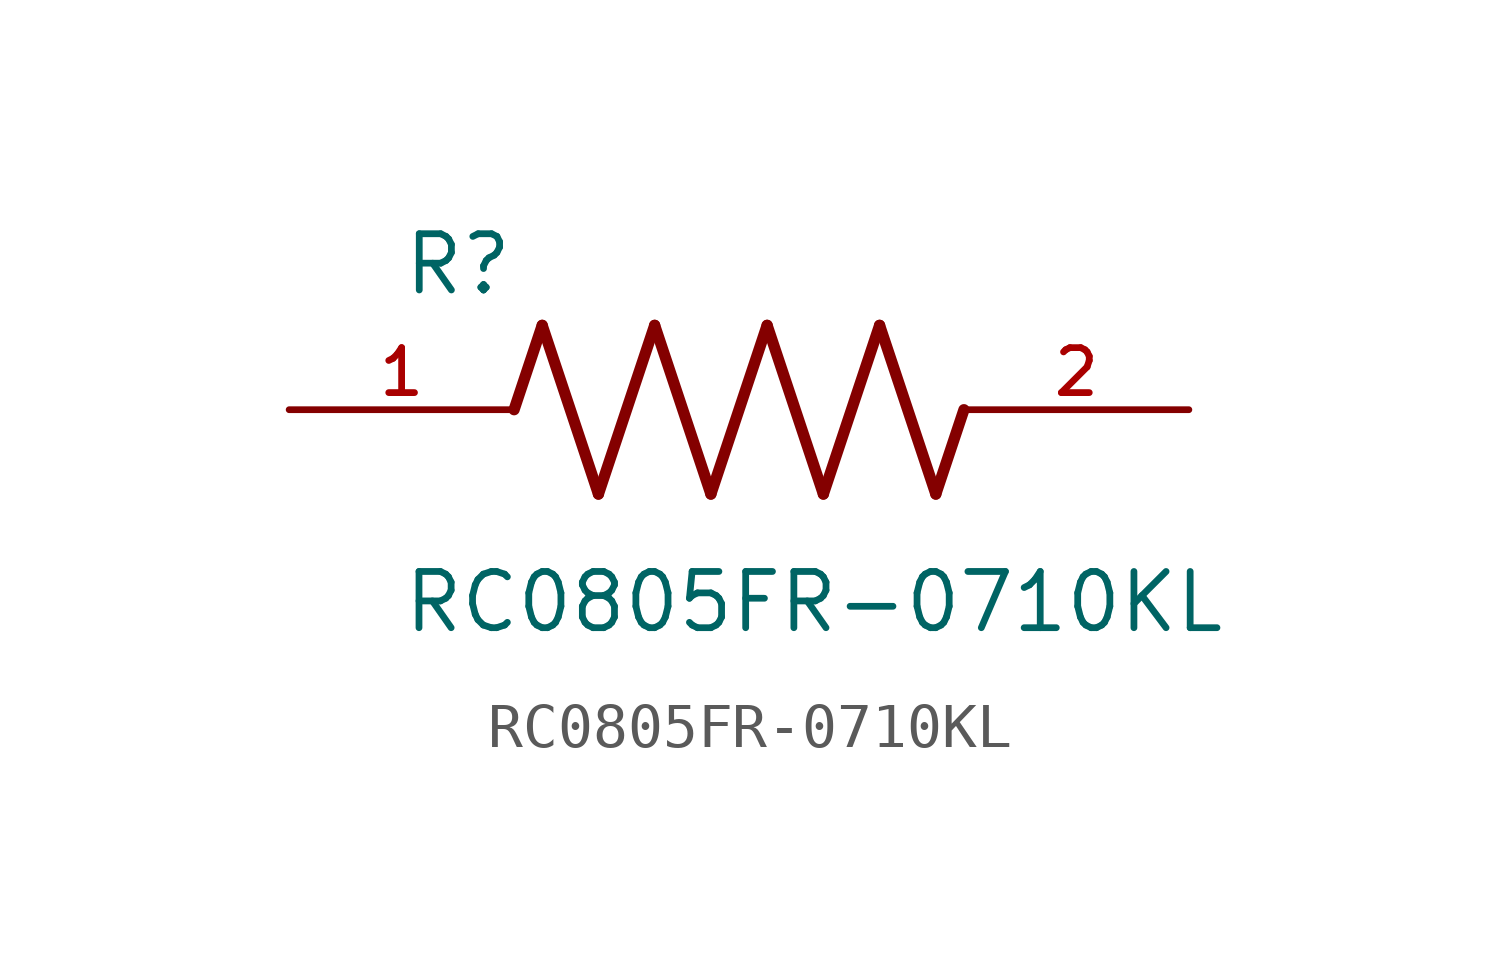
<source format=kicad_sym>
(kicad_symbol_lib
  (version 20211014)
  (generator kicad_symbol_editor)
  (symbol "RC0805FR-0710KL"
    (pin_names
      (offset 1.016))
    (property "Reference" "R"
      (at -7.624 2.541 0)
      (effects (font (size 1.27 1.27)) (justify bottom left)))
    (property "Value" "RC0805FR-0710KL"
      (at -7.63 -5.087 0)
      (effects (font (size 1.27 1.27)) (justify bottom left)))
    (symbol "RC0805FR-0710KL_0_0"
      (polyline (pts (xy -5.08 0.0) (xy -4.445 1.905)) (stroke (width 0.254)))
      (polyline (pts (xy -4.445 1.905) (xy -3.175 -1.905)) (stroke (width 0.254)))
      (polyline (pts (xy -3.175 -1.905) (xy -1.905 1.905)) (stroke (width 0.254)))
      (polyline (pts (xy -1.905 1.905) (xy -0.635 -1.905)) (stroke (width 0.254)))
      (polyline (pts (xy -0.635 -1.905) (xy 0.635 1.905)) (stroke (width 0.254)))
      (polyline (pts (xy 0.635 1.905) (xy 1.905 -1.905)) (stroke (width 0.254)))
      (polyline (pts (xy 1.905 -1.905) (xy 3.175 1.905)) (stroke (width 0.254)))
      (polyline (pts (xy 3.175 1.905) (xy 4.445 -1.905)) (stroke (width 0.254)))
      (polyline (pts (xy 4.445 -1.905) (xy 5.08 0.0)) (stroke (width 0.254)))
      (pin passive line (at -10.16 0.0 0) (length 5.08) (name "~" (effects (font (size 1.016 1.016)))) (number "1" (effects (font (size 1.016 1.016)))))
      (pin passive line (at 10.16 0.0 180.0) (length 5.08) (name "~" (effects (font (size 1.016 1.016)))) (number "2" (effects (font (size 1.016 1.016))))))))
</source>
